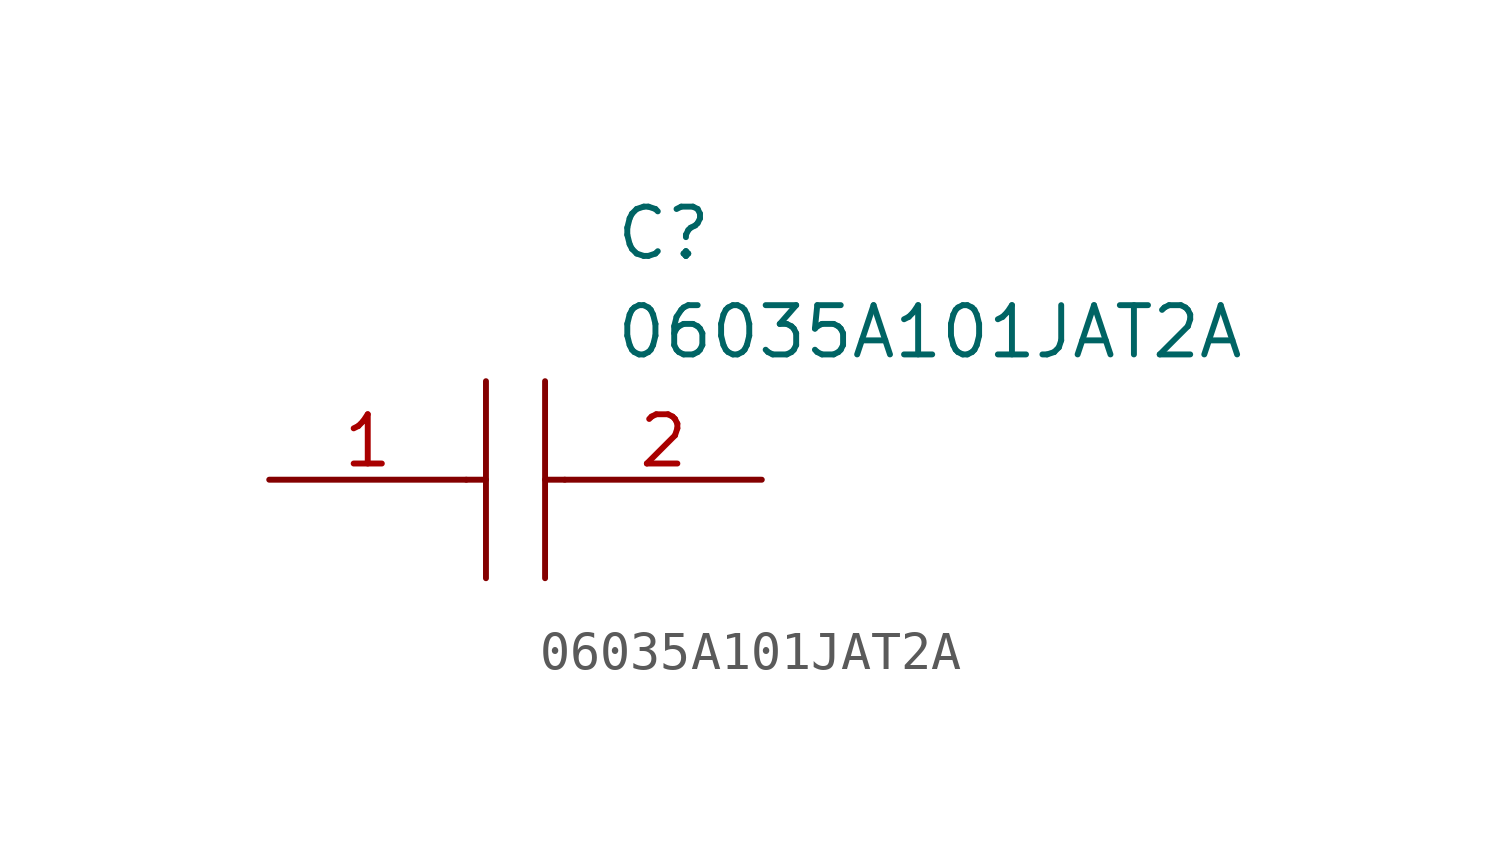
<source format=kicad_sym>
(kicad_symbol_lib
  (version 20211014)
  (generator kicad_symbol_editor)
  (symbol "06035A101JAT2A"
    (pin_names
      (offset 0.762))
    (property "Reference" "C"
      (at 8.89 6.35 0)
      (effects (font (size 1.27 1.27)) (justify left)))
    (property "Value" "06035A101JAT2A"
      (at 8.89 3.81 0)
      (effects (font (size 1.27 1.27)) (justify left)))
    (symbol "06035A101JAT2A_0_0"
      (pin passive line (at 0 0 0) (length 5.08) (name "~" (effects (font (size 1.27 1.27)))) (number "1" (effects (font (size 1.27 1.27)))))
      (pin passive line (at 12.7 0 180) (length 5.08) (name "~" (effects (font (size 1.27 1.27)))) (number "2" (effects (font (size 1.27 1.27))))))
    (symbol "06035A101JAT2A_0_1"
      (polyline (pts (xy 5.08 0) (xy 5.588 0)) (stroke (width 0.152) (type default) (color 0 0 0 0)) (fill (type none)))
      (polyline (pts (xy 5.588 2.54) (xy 5.588 -2.54)) (stroke (width 0.152) (type default) (color 0 0 0 0)) (fill (type none)))
      (polyline (pts (xy 7.112 0) (xy 7.62 0)) (stroke (width 0.152) (type default) (color 0 0 0 0)) (fill (type none)))
      (polyline (pts (xy 7.112 2.54) (xy 7.112 -2.54)) (stroke (width 0.152) (type default) (color 0 0 0 0)) (fill (type none))))))
</source>
